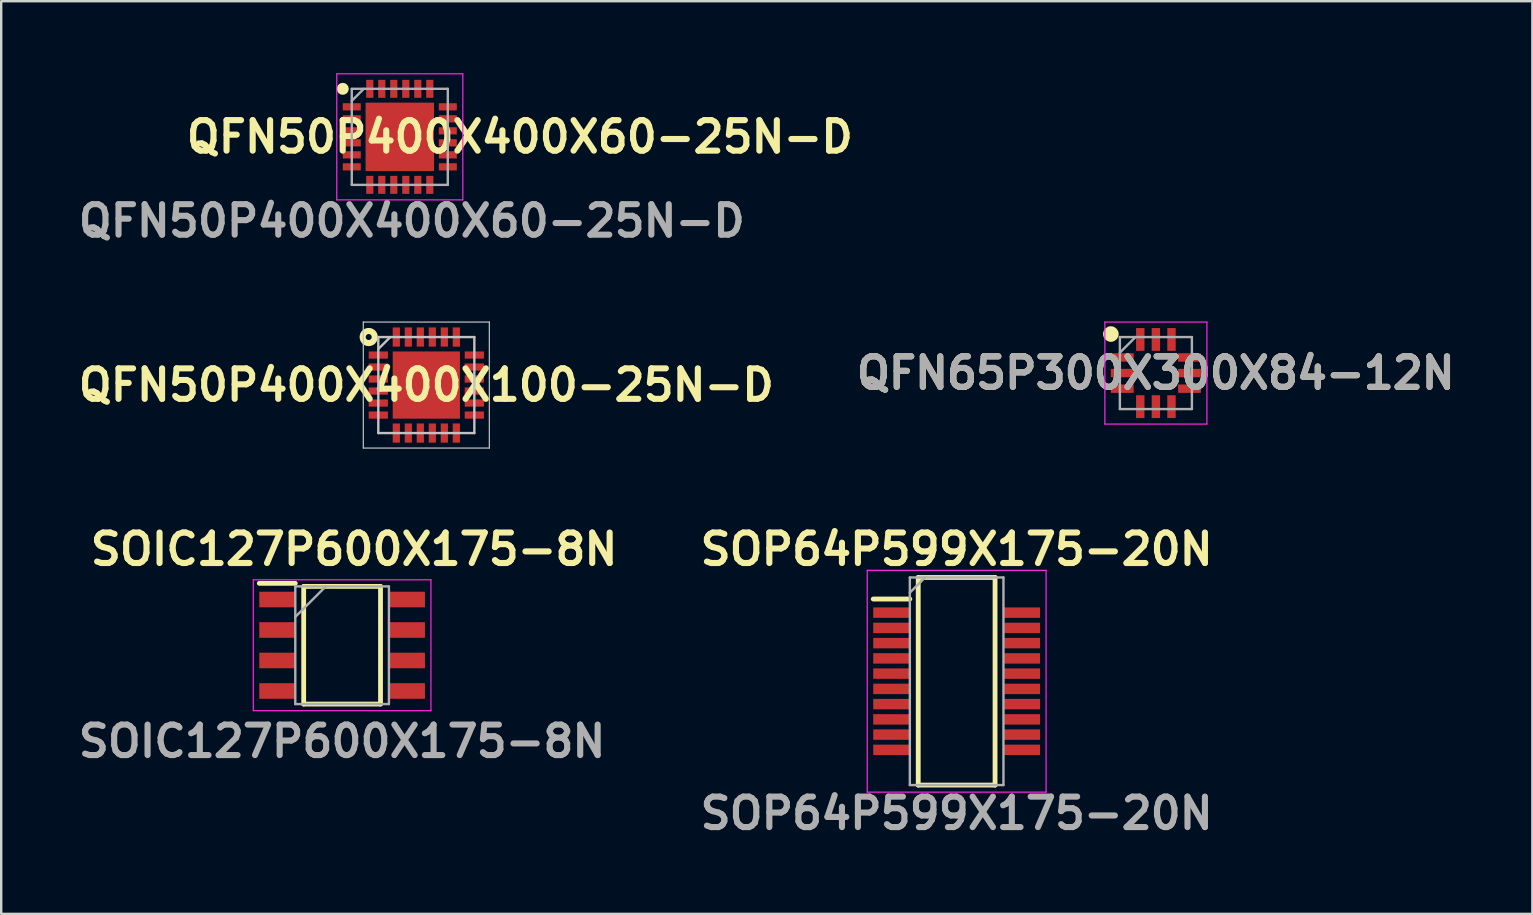
<source format=kicad_pcb>
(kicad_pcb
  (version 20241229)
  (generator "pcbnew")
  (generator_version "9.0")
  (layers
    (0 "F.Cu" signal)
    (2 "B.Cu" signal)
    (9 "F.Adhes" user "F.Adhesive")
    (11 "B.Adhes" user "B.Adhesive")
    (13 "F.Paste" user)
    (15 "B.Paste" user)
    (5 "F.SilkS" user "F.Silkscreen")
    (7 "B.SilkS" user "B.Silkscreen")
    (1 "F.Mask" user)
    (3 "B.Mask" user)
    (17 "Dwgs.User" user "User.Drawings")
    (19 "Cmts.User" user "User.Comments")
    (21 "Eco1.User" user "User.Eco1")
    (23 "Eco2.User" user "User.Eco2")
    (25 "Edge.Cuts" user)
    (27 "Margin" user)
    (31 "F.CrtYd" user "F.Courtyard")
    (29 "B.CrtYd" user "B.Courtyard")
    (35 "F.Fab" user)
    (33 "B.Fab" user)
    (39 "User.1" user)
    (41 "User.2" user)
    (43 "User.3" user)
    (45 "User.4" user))
  (footprint "SOIC127P600X175-8N"
    (layer "F.Cu")
    (at 11.2 23.827)
    (property "Reference" "SOIC127P600X175-8N" (at 0.5 -4 0) (layer "F.SilkS") (effects (font (size 1.27 1.27) (thickness 0.254))))
    (attr smd)
    (fp_line (start -3.45 -2.58) (end -1.95 -2.58) (stroke (width 0.2) (type solid)) (layer "F.SilkS"))
    (fp_line (start -1.6 -2.45) (end 1.6 -2.45) (stroke (width 0.2) (type solid)) (layer "F.SilkS"))
    (fp_line (start -1.6 2.45) (end -1.6 -2.45) (stroke (width 0.2) (type solid)) (layer "F.SilkS"))
    (fp_line (start 1.6 -2.45) (end 1.6 2.45) (stroke (width 0.2) (type solid)) (layer "F.SilkS"))
    (fp_line (start 1.6 2.45) (end -1.6 2.45) (stroke (width 0.2) (type solid)) (layer "F.SilkS"))
    (fp_line (start -3.7 -2.725) (end 3.7 -2.725) (stroke (width 0.05) (type solid)) (layer "F.CrtYd"))
    (fp_line (start -3.7 2.725) (end -3.7 -2.725) (stroke (width 0.05) (type solid)) (layer "F.CrtYd"))
    (fp_line (start 3.7 -2.725) (end 3.7 2.725) (stroke (width 0.05) (type solid)) (layer "F.CrtYd"))
    (fp_line (start 3.7 2.725) (end -3.7 2.725) (stroke (width 0.05) (type solid)) (layer "F.CrtYd"))
    (fp_line (start -1.95 -2.45) (end 1.95 -2.45) (stroke (width 0.1) (type solid)) (layer "F.Fab"))
    (fp_line (start -1.95 -1.18) (end -0.68 -2.45) (stroke (width 0.1) (type solid)) (layer "F.Fab"))
    (fp_line (start -1.95 2.45) (end -1.95 -2.45) (stroke (width 0.1) (type solid)) (layer "F.Fab"))
    (fp_line (start 1.95 -2.45) (end 1.95 2.45) (stroke (width 0.1) (type solid)) (layer "F.Fab"))
    (fp_line (start 1.95 2.45) (end -1.95 2.45) (stroke (width 0.1) (type solid)) (layer "F.Fab"))
    (fp_text user "${REFERENCE}" (at 0 4 0) (layer "F.Fab") (effects (font (size 1.27 1.27) (thickness 0.254))))
    (pad "1" smd rect (at -2.7 -1.905 90) (size 0.65 1.5) (layers "F.Cu" "F.Mask" "F.Paste"))
    (pad "2" smd rect (at -2.7 -0.635 90) (size 0.65 1.5) (layers "F.Cu" "F.Mask" "F.Paste"))
    (pad "3" smd rect (at -2.7 0.635 90) (size 0.65 1.5) (layers "F.Cu" "F.Mask" "F.Paste"))
    (pad "4" smd rect (at -2.7 1.905 90) (size 0.65 1.5) (layers "F.Cu" "F.Mask" "F.Paste"))
    (pad "5" smd rect (at 2.7 1.905 90) (size 0.65 1.5) (layers "F.Cu" "F.Mask" "F.Paste"))
    (pad "6" smd rect (at 2.7 0.635 90) (size 0.65 1.5) (layers "F.Cu" "F.Mask" "F.Paste"))
    (pad "7" smd rect (at 2.7 -0.635 90) (size 0.65 1.5) (layers "F.Cu" "F.Mask" "F.Paste"))
    (pad "8" smd rect (at 2.7 -1.905 90) (size 0.65 1.5) (layers "F.Cu" "F.Mask" "F.Paste")))
  (footprint "QFN50P400X400X60-25N-D"
    (layer "F.Cu")
    (at 13.603 2.65)
    (property "Reference" "QFN50P400X400X60-25N-D" (at 5 0 0) (layer "F.SilkS") (effects (font (size 1.27 1.27) (thickness 0.254))))
    (attr smd)
    (fp_circle (center -2.375 -2) (end -2.375 -1.875) (stroke (width 0.25) (type solid)) (fill no) (layer "F.SilkS"))
    (fp_line (start -2.625 -2.625) (end 2.625 -2.625) (stroke (width 0.05) (type solid)) (layer "F.CrtYd"))
    (fp_line (start -2.625 2.625) (end -2.625 -2.625) (stroke (width 0.05) (type solid)) (layer "F.CrtYd"))
    (fp_line (start 2.625 -2.625) (end 2.625 2.625) (stroke (width 0.05) (type solid)) (layer "F.CrtYd"))
    (fp_line (start 2.625 2.625) (end -2.625 2.625) (stroke (width 0.05) (type solid)) (layer "F.CrtYd"))
    (fp_line (start -2 -2) (end 2 -2) (stroke (width 0.1) (type solid)) (layer "F.Fab"))
    (fp_line (start -2 -1.5) (end -1.5 -2) (stroke (width 0.1) (type solid)) (layer "F.Fab"))
    (fp_line (start -2 2) (end -2 -2) (stroke (width 0.1) (type solid)) (layer "F.Fab"))
    (fp_line (start 2 -2) (end 2 2) (stroke (width 0.1) (type solid)) (layer "F.Fab"))
    (fp_line (start 2 2) (end -2 2) (stroke (width 0.1) (type solid)) (layer "F.Fab"))
    (fp_text user "${REFERENCE}" (at 0.5 3.5 0) (layer "F.Fab") (effects (font (size 1.27 1.27) (thickness 0.254))))
    (pad "1" smd rect (at -2 -1.25 90) (size 0.3 0.75) (layers "F.Cu" "F.Mask" "F.Paste"))
    (pad "2" smd rect (at -2 -0.75 90) (size 0.3 0.75) (layers "F.Cu" "F.Mask" "F.Paste"))
    (pad "3" smd rect (at -2 -0.25 90) (size 0.3 0.75) (layers "F.Cu" "F.Mask" "F.Paste"))
    (pad "4" smd rect (at -2 0.25 90) (size 0.3 0.75) (layers "F.Cu" "F.Mask" "F.Paste"))
    (pad "5" smd rect (at -2 0.75 90) (size 0.3 0.75) (layers "F.Cu" "F.Mask" "F.Paste"))
    (pad "6" smd rect (at -2 1.25 90) (size 0.3 0.75) (layers "F.Cu" "F.Mask" "F.Paste"))
    (pad "7" smd rect (at -1.25 2) (size 0.3 0.75) (layers "F.Cu" "F.Mask" "F.Paste"))
    (pad "8" smd rect (at -0.75 2) (size 0.3 0.75) (layers "F.Cu" "F.Mask" "F.Paste"))
    (pad "9" smd rect (at -0.25 2) (size 0.3 0.75) (layers "F.Cu" "F.Mask" "F.Paste"))
    (pad "10" smd rect (at 0.25 2) (size 0.3 0.75) (layers "F.Cu" "F.Mask" "F.Paste"))
    (pad "11" smd rect (at 0.75 2) (size 0.3 0.75) (layers "F.Cu" "F.Mask" "F.Paste"))
    (pad "12" smd rect (at 1.25 2) (size 0.3 0.75) (layers "F.Cu" "F.Mask" "F.Paste"))
    (pad "13" smd rect (at 2 1.25 90) (size 0.3 0.75) (layers "F.Cu" "F.Mask" "F.Paste"))
    (pad "14" smd rect (at 2 0.75 90) (size 0.3 0.75) (layers "F.Cu" "F.Mask" "F.Paste"))
    (pad "15" smd rect (at 2 0.25 90) (size 0.3 0.75) (layers "F.Cu" "F.Mask" "F.Paste"))
    (pad "16" smd rect (at 2 -0.25 90) (size 0.3 0.75) (layers "F.Cu" "F.Mask" "F.Paste"))
    (pad "17" smd rect (at 2 -0.75 90) (size 0.3 0.75) (layers "F.Cu" "F.Mask" "F.Paste"))
    (pad "18" smd rect (at 2 -1.25 90) (size 0.3 0.75) (layers "F.Cu" "F.Mask" "F.Paste"))
    (pad "19" smd rect (at 1.25 -2) (size 0.3 0.75) (layers "F.Cu" "F.Mask" "F.Paste"))
    (pad "20" smd rect (at 0.75 -2) (size 0.3 0.75) (layers "F.Cu" "F.Mask" "F.Paste"))
    (pad "21" smd rect (at 0.25 -2) (size 0.3 0.75) (layers "F.Cu" "F.Mask" "F.Paste"))
    (pad "22" smd rect (at -0.25 -2) (size 0.3 0.75) (layers "F.Cu" "F.Mask" "F.Paste"))
    (pad "23" smd rect (at -0.75 -2) (size 0.3 0.75) (layers "F.Cu" "F.Mask" "F.Paste"))
    (pad "24" smd rect (at -1.25 -2) (size 0.3 0.75) (layers "F.Cu" "F.Mask" "F.Paste"))
    (pad "25" smd rect (at 0 0) (size 2.85 2.85) (layers "F.Cu" "F.Mask" "F.Paste")))
  (footprint "QFN50P400X400X100-25N-D"
    (layer "F.Cu")
    (at 14.708 12.989)
    (property "Reference" "QFN50P400X400X100-25N-D" (at 0 0 0) (layer "F.SilkS") (effects (font (size 1.27 1.27) (thickness 0.254))))
    (attr smd)
    (fp_circle (center -2.4 -2) (end -2.275 -2) (stroke (width 0.254) (type solid)) (fill no) (layer "F.SilkS"))
    (fp_line (start -2.625 -2.625) (end 2.625 -2.625) (stroke (width 0.05) (type solid)) (layer "Dwgs.User"))
    (fp_line (start -2.625 2.625) (end -2.625 -2.625) (stroke (width 0.05) (type solid)) (layer "Dwgs.User"))
    (fp_line (start -2 -2) (end 2 -2) (stroke (width 0.1) (type solid)) (layer "Dwgs.User"))
    (fp_line (start -2 -1.5) (end -1.5 -2) (stroke (width 0.1) (type solid)) (layer "Dwgs.User"))
    (fp_line (start -2 2) (end -2 -2) (stroke (width 0.1) (type solid)) (layer "Dwgs.User"))
    (fp_line (start 2 -2) (end 2 2) (stroke (width 0.1) (type solid)) (layer "Dwgs.User"))
    (fp_line (start 2 2) (end -2 2) (stroke (width 0.1) (type solid)) (layer "Dwgs.User"))
    (fp_line (start 2.625 -2.625) (end 2.625 2.625) (stroke (width 0.05) (type solid)) (layer "Dwgs.User"))
    (fp_line (start 2.625 2.625) (end -2.625 2.625) (stroke (width 0.05) (type solid)) (layer "Dwgs.User"))
    (pad "1" smd rect (at -2 -1.25 90) (size 0.3 0.8) (layers "F.Cu" "F.Mask" "F.Paste"))
    (pad "2" smd rect (at -2 -0.75 90) (size 0.3 0.8) (layers "F.Cu" "F.Mask" "F.Paste"))
    (pad "3" smd rect (at -2 -0.25 90) (size 0.3 0.8) (layers "F.Cu" "F.Mask" "F.Paste"))
    (pad "4" smd rect (at -2 0.25 90) (size 0.3 0.8) (layers "F.Cu" "F.Mask" "F.Paste"))
    (pad "5" smd rect (at -2 0.75 90) (size 0.3 0.8) (layers "F.Cu" "F.Mask" "F.Paste"))
    (pad "6" smd rect (at -2 1.25 90) (size 0.3 0.8) (layers "F.Cu" "F.Mask" "F.Paste"))
    (pad "7" smd rect (at -1.25 2) (size 0.3 0.8) (layers "F.Cu" "F.Mask" "F.Paste"))
    (pad "8" smd rect (at -0.75 2) (size 0.3 0.8) (layers "F.Cu" "F.Mask" "F.Paste"))
    (pad "9" smd rect (at -0.25 2) (size 0.3 0.8) (layers "F.Cu" "F.Mask" "F.Paste"))
    (pad "10" smd rect (at 0.25 2) (size 0.3 0.8) (layers "F.Cu" "F.Mask" "F.Paste"))
    (pad "11" smd rect (at 0.75 2) (size 0.3 0.8) (layers "F.Cu" "F.Mask" "F.Paste"))
    (pad "12" smd rect (at 1.25 2) (size 0.3 0.8) (layers "F.Cu" "F.Mask" "F.Paste"))
    (pad "13" smd rect (at 2 1.25 90) (size 0.3 0.8) (layers "F.Cu" "F.Mask" "F.Paste"))
    (pad "14" smd rect (at 2 0.75 90) (size 0.3 0.8) (layers "F.Cu" "F.Mask" "F.Paste"))
    (pad "15" smd rect (at 2 0.25 90) (size 0.3 0.8) (layers "F.Cu" "F.Mask" "F.Paste"))
    (pad "16" smd rect (at 2 -0.25 90) (size 0.3 0.8) (layers "F.Cu" "F.Mask" "F.Paste"))
    (pad "17" smd rect (at 2 -0.75 90) (size 0.3 0.8) (layers "F.Cu" "F.Mask" "F.Paste"))
    (pad "18" smd rect (at 2 -1.25 90) (size 0.3 0.8) (layers "F.Cu" "F.Mask" "F.Paste"))
    (pad "19" smd rect (at 1.25 -2) (size 0.3 0.8) (layers "F.Cu" "F.Mask" "F.Paste"))
    (pad "20" smd rect (at 0.75 -2) (size 0.3 0.8) (layers "F.Cu" "F.Mask" "F.Paste"))
    (pad "21" smd rect (at 0.25 -2) (size 0.3 0.8) (layers "F.Cu" "F.Mask" "F.Paste"))
    (pad "22" smd rect (at -0.25 -2) (size 0.3 0.8) (layers "F.Cu" "F.Mask" "F.Paste"))
    (pad "23" smd rect (at -0.75 -2) (size 0.3 0.8) (layers "F.Cu" "F.Mask" "F.Paste"))
    (pad "24" smd rect (at -1.25 -2) (size 0.3 0.8) (layers "F.Cu" "F.Mask" "F.Paste"))
    (pad "25" smd rect (at 0 0) (size 2.8 2.8) (layers "F.Cu" "F.Mask" "F.Paste")))
  (footprint "SOP64P599X175-20N"
    (layer "F.Cu")
    (at 36.798 25.327)
    (property "Reference" "SOP64P599X175-20N" (at 0 -5.5 0) (layer "F.SilkS") (effects (font (size 1.27 1.27) (thickness 0.254))))
    (attr smd)
    (fp_line (start -3.475 -3.425) (end -1.95 -3.425) (stroke (width 0.2) (type solid)) (layer "F.SilkS"))
    (fp_line (start -1.6 -4.324) (end 1.6 -4.324) (stroke (width 0.2) (type solid)) (layer "F.SilkS"))
    (fp_line (start -1.6 4.324) (end -1.6 -4.324) (stroke (width 0.2) (type solid)) (layer "F.SilkS"))
    (fp_line (start 1.6 -4.324) (end 1.6 4.324) (stroke (width 0.2) (type solid)) (layer "F.SilkS"))
    (fp_line (start 1.6 4.324) (end -1.6 4.324) (stroke (width 0.2) (type solid)) (layer "F.SilkS"))
    (fp_line (start -3.725 -4.619) (end 3.725 -4.619) (stroke (width 0.05) (type solid)) (layer "F.CrtYd"))
    (fp_line (start -3.725 4.619) (end -3.725 -4.619) (stroke (width 0.05) (type solid)) (layer "F.CrtYd"))
    (fp_line (start 3.725 -4.619) (end 3.725 4.619) (stroke (width 0.05) (type solid)) (layer "F.CrtYd"))
    (fp_line (start 3.725 4.619) (end -3.725 4.619) (stroke (width 0.05) (type solid)) (layer "F.CrtYd"))
    (fp_line (start -1.95 -4.324) (end 1.95 -4.324) (stroke (width 0.1) (type solid)) (layer "F.Fab"))
    (fp_line (start -1.95 -3.69) (end -1.314 -4.324) (stroke (width 0.1) (type solid)) (layer "F.Fab"))
    (fp_line (start -1.95 4.324) (end -1.95 -4.324) (stroke (width 0.1) (type solid)) (layer "F.Fab"))
    (fp_line (start 1.95 -4.324) (end 1.95 4.324) (stroke (width 0.1) (type solid)) (layer "F.Fab"))
    (fp_line (start 1.95 4.324) (end -1.95 4.324) (stroke (width 0.1) (type solid)) (layer "F.Fab"))
    (fp_text user "${REFERENCE}" (at 0 5.5 0) (layer "F.Fab") (effects (font (size 1.27 1.27) (thickness 0.254))))
    (pad "1" smd rect (at -2.712 -2.858 90) (size 0.435 1.526) (layers "F.Cu" "F.Mask" "F.Paste"))
    (pad "2" smd rect (at -2.712 -2.222 90) (size 0.435 1.526) (layers "F.Cu" "F.Mask" "F.Paste"))
    (pad "3" smd rect (at -2.712 -1.588 90) (size 0.435 1.526) (layers "F.Cu" "F.Mask" "F.Paste"))
    (pad "4" smd rect (at -2.712 -0.952 90) (size 0.435 1.526) (layers "F.Cu" "F.Mask" "F.Paste"))
    (pad "5" smd rect (at -2.712 -0.318 90) (size 0.435 1.526) (layers "F.Cu" "F.Mask" "F.Paste"))
    (pad "6" smd rect (at -2.712 0.318 90) (size 0.435 1.526) (layers "F.Cu" "F.Mask" "F.Paste"))
    (pad "7" smd rect (at -2.712 0.952 90) (size 0.435 1.526) (layers "F.Cu" "F.Mask" "F.Paste"))
    (pad "8" smd rect (at -2.712 1.588 90) (size 0.435 1.526) (layers "F.Cu" "F.Mask" "F.Paste"))
    (pad "9" smd rect (at -2.712 2.222 90) (size 0.435 1.526) (layers "F.Cu" "F.Mask" "F.Paste"))
    (pad "10" smd rect (at -2.712 2.858 90) (size 0.435 1.526) (layers "F.Cu" "F.Mask" "F.Paste"))
    (pad "11" smd rect (at 2.712 2.858 90) (size 0.435 1.526) (layers "F.Cu" "F.Mask" "F.Paste"))
    (pad "12" smd rect (at 2.712 2.222 90) (size 0.435 1.526) (layers "F.Cu" "F.Mask" "F.Paste"))
    (pad "13" smd rect (at 2.712 1.588 90) (size 0.435 1.526) (layers "F.Cu" "F.Mask" "F.Paste"))
    (pad "14" smd rect (at 2.712 0.952 90) (size 0.435 1.526) (layers "F.Cu" "F.Mask" "F.Paste"))
    (pad "15" smd rect (at 2.712 0.318 90) (size 0.435 1.526) (layers "F.Cu" "F.Mask" "F.Paste"))
    (pad "16" smd rect (at 2.712 -0.318 90) (size 0.435 1.526) (layers "F.Cu" "F.Mask" "F.Paste"))
    (pad "17" smd rect (at 2.712 -0.952 90) (size 0.435 1.526) (layers "F.Cu" "F.Mask" "F.Paste"))
    (pad "18" smd rect (at 2.712 -1.588 90) (size 0.435 1.526) (layers "F.Cu" "F.Mask" "F.Paste"))
    (pad "19" smd rect (at 2.712 -2.222 90) (size 0.435 1.526) (layers "F.Cu" "F.Mask" "F.Paste"))
    (pad "20" smd rect (at 2.712 -2.858 90) (size 0.435 1.526) (layers "F.Cu" "F.Mask" "F.Paste")))
  (footprint "QFN65P300X300X84-12N"
    (layer "F.Cu")
    (at 45.097 12.489)
    (property "Reference" "QFN65P300X300X84-12N" (at 0 0 0) (layer "F.SilkS") (effects (font (size 1.27 1.27) (thickness 0.254))))
    (attr smd)
    (fp_circle (center -1.875 -1.625) (end -1.875 -1.462) (stroke (width 0.325) (type solid)) (fill no) (layer "F.SilkS"))
    (fp_line (start -2.125 -2.125) (end 2.125 -2.125) (stroke (width 0.05) (type solid)) (layer "F.CrtYd"))
    (fp_line (start -2.125 2.125) (end -2.125 -2.125) (stroke (width 0.05) (type solid)) (layer "F.CrtYd"))
    (fp_line (start 2.125 -2.125) (end 2.125 2.125) (stroke (width 0.05) (type solid)) (layer "F.CrtYd"))
    (fp_line (start 2.125 2.125) (end -2.125 2.125) (stroke (width 0.05) (type solid)) (layer "F.CrtYd"))
    (fp_line (start -1.5 -1.5) (end 1.5 -1.5) (stroke (width 0.1) (type solid)) (layer "F.Fab"))
    (fp_line (start -1.5 -0.85) (end -0.85 -1.5) (stroke (width 0.1) (type solid)) (layer "F.Fab"))
    (fp_line (start -1.5 1.5) (end -1.5 -1.5) (stroke (width 0.1) (type solid)) (layer "F.Fab"))
    (fp_line (start 1.5 -1.5) (end 1.5 1.5) (stroke (width 0.1) (type solid)) (layer "F.Fab"))
    (fp_line (start 1.5 1.5) (end -1.5 1.5) (stroke (width 0.1) (type solid)) (layer "F.Fab"))
    (fp_text user "${REFERENCE}" (at 0 0 0) (layer "F.Fab") (effects (font (size 1.27 1.27) (thickness 0.254))))
    (pad "1" smd rect (at -1.4 -0.65 90) (size 0.35 0.95) (layers "F.Cu" "F.Mask" "F.Paste"))
    (pad "2" smd rect (at -1.4 0 90) (size 0.35 0.95) (layers "F.Cu" "F.Mask" "F.Paste"))
    (pad "3" smd rect (at -1.4 0.65 90) (size 0.35 0.95) (layers "F.Cu" "F.Mask" "F.Paste"))
    (pad "4" smd rect (at -0.65 1.4) (size 0.35 0.95) (layers "F.Cu" "F.Mask" "F.Paste"))
    (pad "5" smd rect (at 0 1.4) (size 0.35 0.95) (layers "F.Cu" "F.Mask" "F.Paste"))
    (pad "6" smd rect (at 0.65 1.4) (size 0.35 0.95) (layers "F.Cu" "F.Mask" "F.Paste"))
    (pad "7" smd rect (at 1.4 0.65 90) (size 0.35 0.95) (layers "F.Cu" "F.Mask" "F.Paste"))
    (pad "8" smd rect (at 1.4 0 90) (size 0.35 0.95) (layers "F.Cu" "F.Mask" "F.Paste"))
    (pad "9" smd rect (at 1.4 -0.65 90) (size 0.35 0.95) (layers "F.Cu" "F.Mask" "F.Paste"))
    (pad "10" smd rect (at 0.65 -1.4) (size 0.35 0.95) (layers "F.Cu" "F.Mask" "F.Paste"))
    (pad "11" smd rect (at 0 -1.4) (size 0.35 0.95) (layers "F.Cu" "F.Mask" "F.Paste"))
    (pad "12" smd rect (at -0.65 -1.4) (size 0.35 0.95) (layers "F.Cu" "F.Mask" "F.Paste")))
  (gr_rect
    (start -3 -3)
    (end 60.779 35.016)
    (stroke (width 0.1) (type default))
    (fill no)
    (layer "Edge.Cuts")))
</source>
